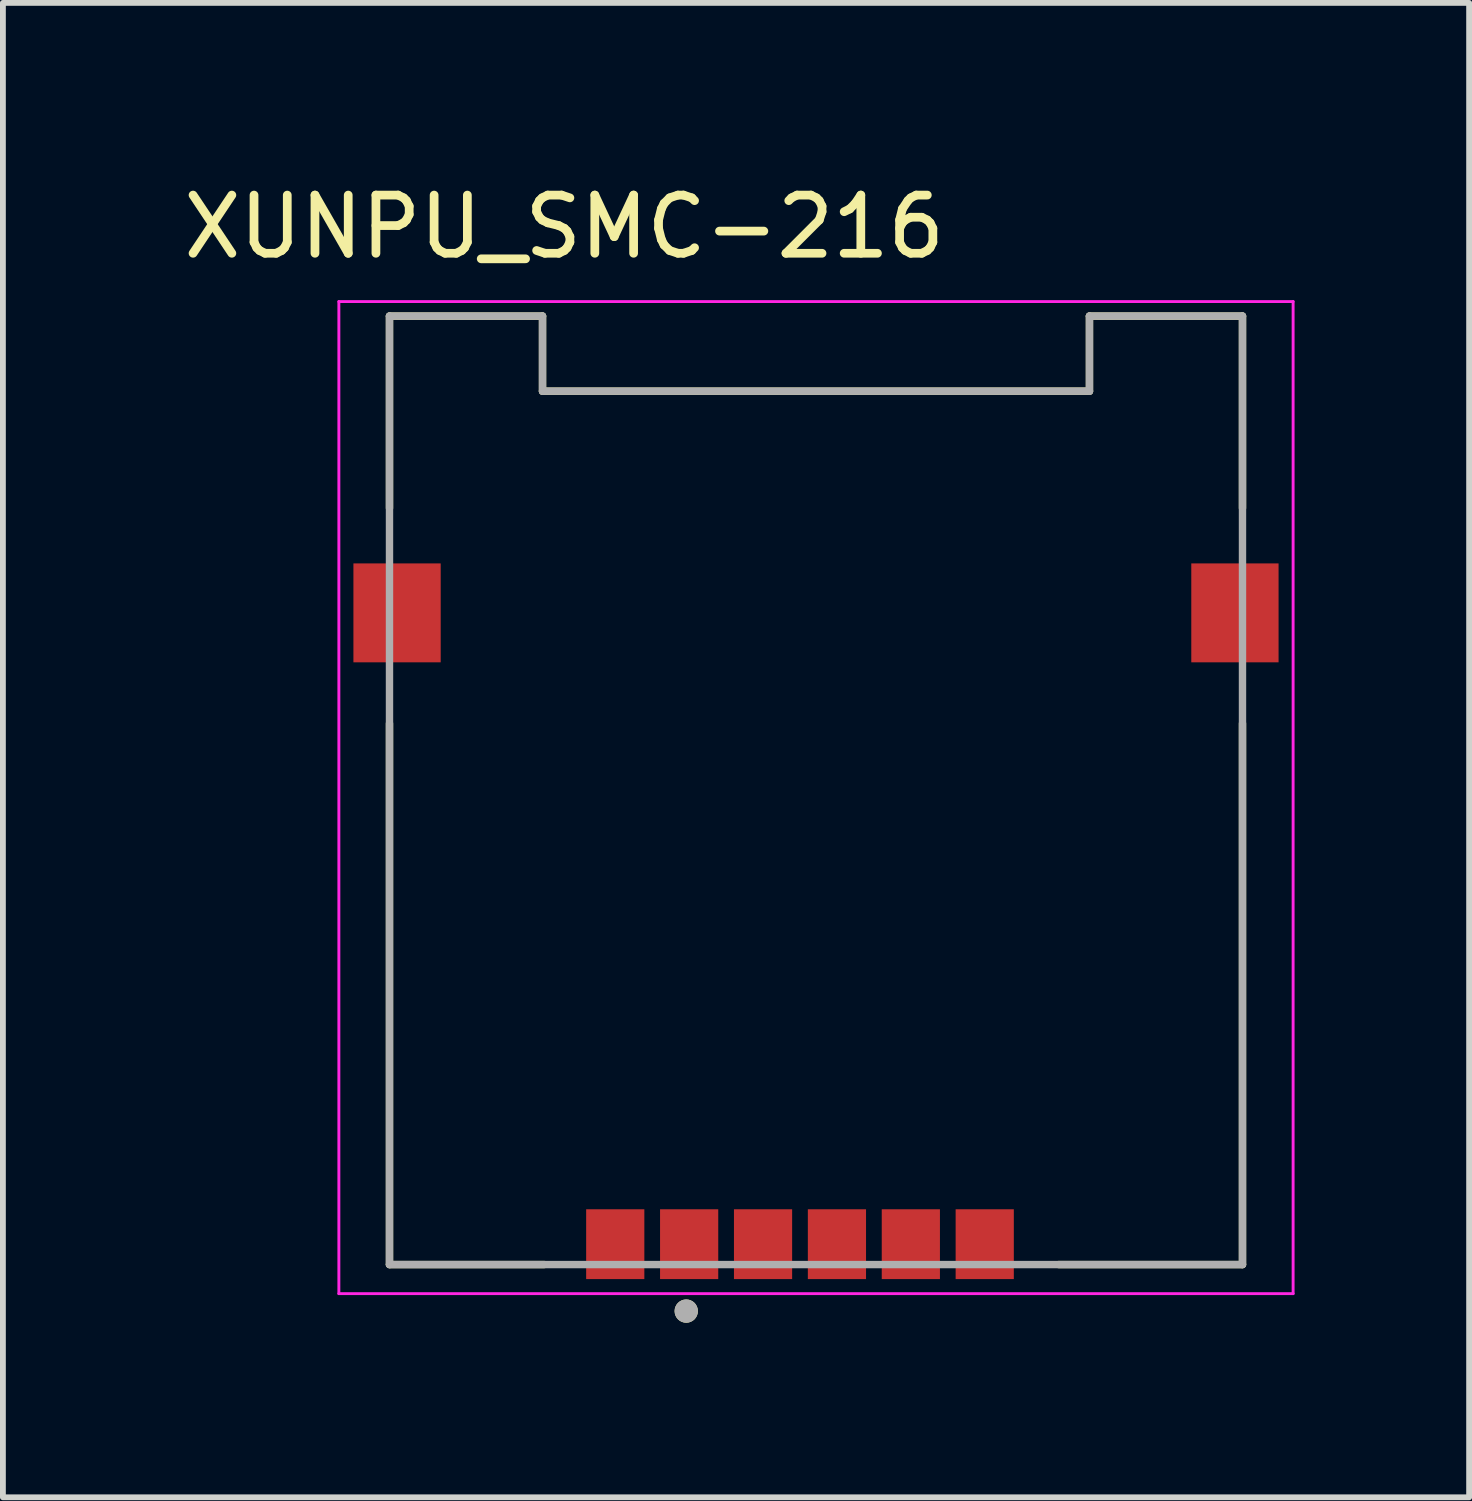
<source format=kicad_pcb>
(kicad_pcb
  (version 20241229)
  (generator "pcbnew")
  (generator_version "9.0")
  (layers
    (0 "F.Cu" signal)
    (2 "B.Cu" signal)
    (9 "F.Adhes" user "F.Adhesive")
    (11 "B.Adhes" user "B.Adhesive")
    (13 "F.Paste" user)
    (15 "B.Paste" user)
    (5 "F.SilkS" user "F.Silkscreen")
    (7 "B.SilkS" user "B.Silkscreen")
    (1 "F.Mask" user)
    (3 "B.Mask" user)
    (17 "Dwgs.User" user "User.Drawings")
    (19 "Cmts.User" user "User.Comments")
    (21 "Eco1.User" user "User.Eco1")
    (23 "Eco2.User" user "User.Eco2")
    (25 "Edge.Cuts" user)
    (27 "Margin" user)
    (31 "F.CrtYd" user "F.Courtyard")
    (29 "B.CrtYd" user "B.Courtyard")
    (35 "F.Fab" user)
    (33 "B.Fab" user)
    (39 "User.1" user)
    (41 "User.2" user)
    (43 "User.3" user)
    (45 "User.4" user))
  (footprint "XUNPU_SMC-216"
    (layer "F.Cu")
    (at 10.974 7.483)
    (property "Reference" "XUNPU_SMC-216" (at -4.325 -6.635 0) (layer "F.SilkS") (effects (font (size 1 1) (thickness 0.15))))
    (attr smd)
    (fp_line (start -7.33 -5.1) (end -7.33 -1.8) (stroke (width 0.127) (type solid)) (layer "F.SilkS"))
    (fp_line (start -7.33 1.9) (end -7.33 11.2) (stroke (width 0.127) (type solid)) (layer "F.SilkS"))
    (fp_line (start -7.33 11.2) (end -4.67 11.2) (stroke (width 0.127) (type solid)) (layer "F.SilkS"))
    (fp_line (start -4.7 -5.1) (end -7.33 -5.1) (stroke (width 0.127) (type solid)) (layer "F.SilkS"))
    (fp_line (start -4.7 -3.81) (end -4.7 -5.1) (stroke (width 0.127) (type solid)) (layer "F.SilkS"))
    (fp_line (start 4.17 11.2) (end 7.33 11.2) (stroke (width 0.127) (type solid)) (layer "F.SilkS"))
    (fp_line (start 4.7 -5.1) (end 4.7 -3.81) (stroke (width 0.127) (type solid)) (layer "F.SilkS"))
    (fp_line (start 4.7 -3.81) (end -4.7 -3.81) (stroke (width 0.127) (type solid)) (layer "F.SilkS"))
    (fp_line (start 7.33 -5.1) (end 4.7 -5.1) (stroke (width 0.127) (type solid)) (layer "F.SilkS"))
    (fp_line (start 7.33 -5.1) (end 7.33 -1.8) (stroke (width 0.127) (type solid)) (layer "F.SilkS"))
    (fp_line (start 7.33 1.9) (end 7.33 11.2) (stroke (width 0.127) (type solid)) (layer "F.SilkS"))
    (fp_circle (center -2.23 12) (end -2.13 12) (stroke (width 0.2) (type solid)) (fill no) (layer "F.SilkS"))
    (fp_line (start -8.2 -5.35) (end -8.2 11.7) (stroke (width 0.05) (type solid)) (layer "F.CrtYd"))
    (fp_line (start -8.2 11.7) (end 8.2 11.7) (stroke (width 0.05) (type solid)) (layer "F.CrtYd"))
    (fp_line (start 8.2 -5.35) (end -8.2 -5.35) (stroke (width 0.05) (type solid)) (layer "F.CrtYd"))
    (fp_line (start 8.2 11.7) (end 8.2 -5.35) (stroke (width 0.05) (type solid)) (layer "F.CrtYd"))
    (fp_line (start -7.33 -5.1) (end -7.33 11.2) (stroke (width 0.127) (type solid)) (layer "F.Fab"))
    (fp_line (start -7.33 11.2) (end 7.33 11.2) (stroke (width 0.127) (type solid)) (layer "F.Fab"))
    (fp_line (start -4.7 -5.1) (end -7.33 -5.1) (stroke (width 0.127) (type solid)) (layer "F.Fab"))
    (fp_line (start -4.7 -3.81) (end -4.7 -5.1) (stroke (width 0.127) (type solid)) (layer "F.Fab"))
    (fp_line (start 4.7 -5.1) (end 4.7 -3.81) (stroke (width 0.127) (type solid)) (layer "F.Fab"))
    (fp_line (start 4.7 -3.81) (end -4.7 -3.81) (stroke (width 0.127) (type solid)) (layer "F.Fab"))
    (fp_line (start 7.33 -5.1) (end 4.7 -5.1) (stroke (width 0.127) (type solid)) (layer "F.Fab"))
    (fp_line (start 7.33 11.2) (end 7.33 -5.1) (stroke (width 0.127) (type solid)) (layer "F.Fab"))
    (fp_circle (center -2.23 12) (end -2.13 12) (stroke (width 0.2) (type solid)) (fill no) (layer "F.Fab"))
    (pad "C1" smd rect (at -2.18 10.85) (size 1 1.2) (layers "F.Cu" "F.Mask" "F.Paste"))
    (pad "C2" smd rect (at -3.45 10.85) (size 1 1.2) (layers "F.Cu" "F.Mask" "F.Paste"))
    (pad "C3" smd rect (at 0.36 10.85) (size 1 1.2) (layers "F.Cu" "F.Mask" "F.Paste"))
    (pad "C4" smd rect (at -0.91 10.85) (size 1 1.2) (layers "F.Cu" "F.Mask" "F.Paste"))
    (pad "C5" smd rect (at 2.9 10.85) (size 1 1.2) (layers "F.Cu" "F.Mask" "F.Paste"))
    (pad "C6" smd rect (at 1.63 10.85) (size 1 1.2) (layers "F.Cu" "F.Mask" "F.Paste"))
    (pad "S1" smd rect (at -7.2 0) (size 1.5 1.7) (layers "F.Cu" "F.Mask" "F.Paste"))
    (pad "S2" smd rect (at 7.2 0) (size 1.5 1.7) (layers "F.Cu" "F.Mask" "F.Paste")))
  (gr_rect
    (start -3 -3)
    (end 22.199 22.683)
    (stroke (width 0.1) (type default))
    (fill no)
    (layer "Edge.Cuts")))
</source>
